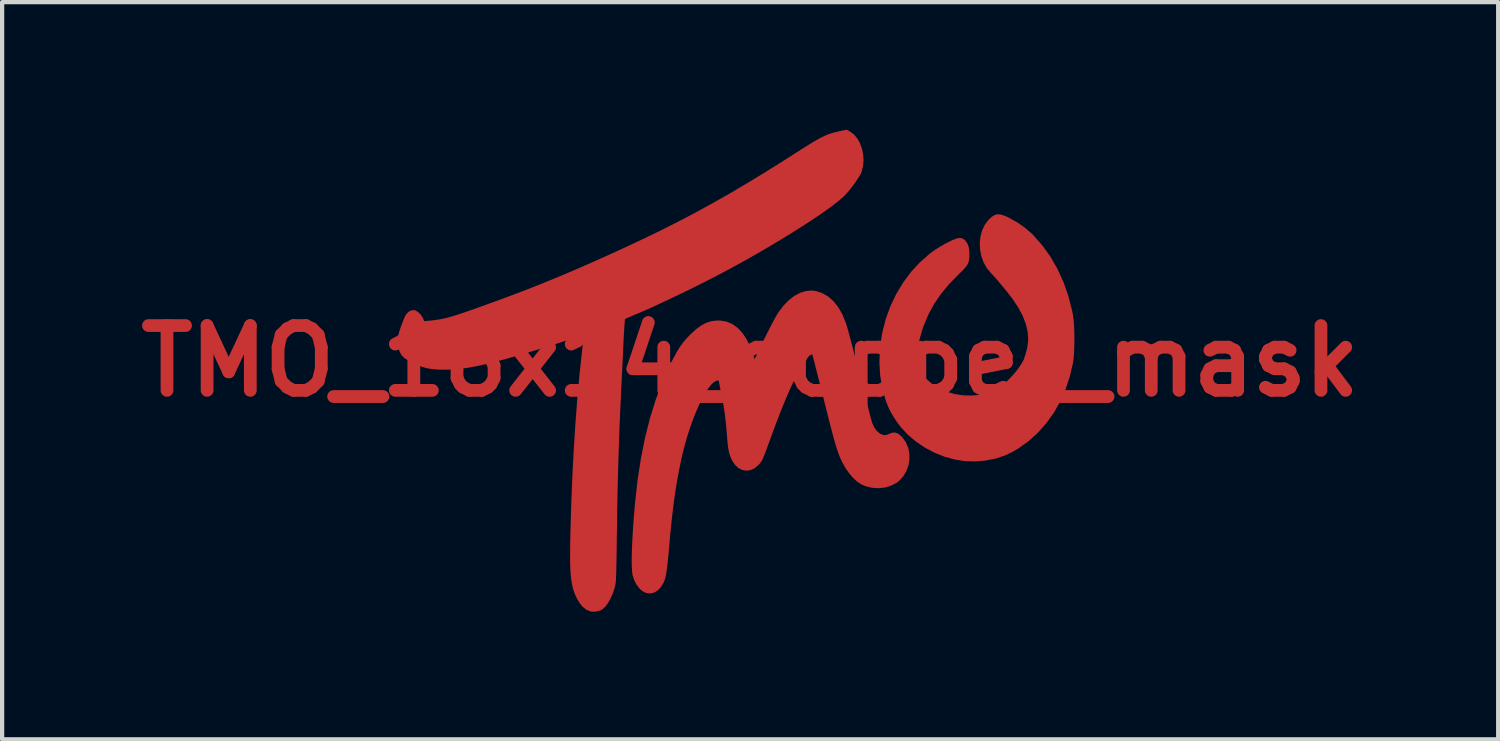
<source format=kicad_pcb>
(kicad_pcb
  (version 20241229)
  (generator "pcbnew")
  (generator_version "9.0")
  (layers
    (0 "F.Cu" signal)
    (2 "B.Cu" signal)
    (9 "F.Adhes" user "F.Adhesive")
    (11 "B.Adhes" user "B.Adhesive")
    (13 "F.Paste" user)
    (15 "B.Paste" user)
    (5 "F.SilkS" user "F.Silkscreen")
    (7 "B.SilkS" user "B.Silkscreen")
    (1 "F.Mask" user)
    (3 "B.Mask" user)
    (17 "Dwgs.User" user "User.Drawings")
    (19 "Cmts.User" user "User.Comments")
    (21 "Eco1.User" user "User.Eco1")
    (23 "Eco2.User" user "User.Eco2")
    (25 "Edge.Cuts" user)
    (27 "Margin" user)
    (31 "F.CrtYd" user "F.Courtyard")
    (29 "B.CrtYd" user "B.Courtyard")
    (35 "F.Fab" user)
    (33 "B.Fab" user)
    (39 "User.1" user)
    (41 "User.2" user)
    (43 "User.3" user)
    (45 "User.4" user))
  (footprint "TMO_18x14_copper_mask"
    (layer "F.Cu")
    (at 14.594 5.442)
    (property "Reference" "TMO_18x14_copper_mask" (at 0 0 0) (layer "F.Cu") (effects (font (size 1.524 1.524) (thickness 0.3))))
    (attr through_hole)
    (fp_poly (pts (xy 5.899 -3.446) (xy 5.988 -3.417) (xy 6.097 -3.366) (xy 6.098 -3.365) (xy 6.299 -3.251) (xy 6.473 -3.128) (xy 6.628 -2.993) (xy 6.662 -2.958) (xy 6.877 -2.714) (xy 7.067 -2.448) (xy 7.232 -2.16) (xy 7.372 -1.851) (xy 7.486 -1.523) (xy 7.574 -1.177) (xy 7.594 -1.074) (xy 7.607 -0.98) (xy 7.616 -0.861) (xy 7.623 -0.725) (xy 7.626 -0.577) (xy 7.625 -0.427) (xy 7.622 -0.282) (xy 7.615 -0.149) (xy 7.605 -0.036) (xy 7.595 0.034) (xy 7.52 0.357) (xy 7.419 0.662) (xy 7.293 0.949) (xy 7.143 1.215) (xy 6.968 1.46) (xy 6.771 1.682) (xy 6.552 1.88) (xy 6.312 2.053) (xy 6.196 2.123) (xy 5.993 2.221) (xy 5.771 2.294) (xy 5.536 2.341) (xy 5.295 2.361) (xy 5.058 2.354) (xy 4.814 2.316) (xy 4.573 2.25) (xy 4.337 2.156) (xy 4.113 2.038) (xy 3.905 1.899) (xy 3.716 1.74) (xy 3.551 1.564) (xy 3.475 1.466) (xy 3.39 1.341) (xy 3.322 1.23) (xy 3.267 1.123) (xy 3.219 1.008) (xy 3.183 0.908) (xy 3.106 0.629) (xy 3.058 0.337) (xy 3.04 0.034) (xy 3.052 -0.276) (xy 3.094 -0.593) (xy 3.114 -0.696) (xy 3.194 -1.004) (xy 3.303 -1.3) (xy 3.439 -1.583) (xy 3.6 -1.849) (xy 3.785 -2.097) (xy 3.992 -2.321) (xy 4.218 -2.521) (xy 4.244 -2.541) (xy 4.347 -2.615) (xy 4.467 -2.691) (xy 4.594 -2.763) (xy 4.713 -2.824) (xy 4.778 -2.853) (xy 4.866 -2.885) (xy 4.935 -2.896) (xy 4.99 -2.886) (xy 5.038 -2.854) (xy 5.064 -2.828) (xy 5.111 -2.761) (xy 5.14 -2.684) (xy 5.154 -2.588) (xy 5.157 -2.508) (xy 5.154 -2.428) (xy 5.146 -2.363) (xy 5.129 -2.306) (xy 5.099 -2.25) (xy 5.054 -2.192) (xy 4.99 -2.123) (xy 4.904 -2.04) (xy 4.896 -2.031) (xy 4.675 -1.806) (xy 4.487 -1.578) (xy 4.327 -1.343) (xy 4.194 -1.099) (xy 4.085 -0.841) (xy 4.053 -0.752) (xy 3.981 -0.498) (xy 3.937 -0.26) (xy 3.923 -0.075) (xy 3.923 0.002) (xy 3.93 0.059) (xy 3.945 0.111) (xy 3.966 0.16) (xy 4.051 0.306) (xy 4.163 0.438) (xy 4.299 0.552) (xy 4.455 0.648) (xy 4.628 0.723) (xy 4.815 0.777) (xy 5.011 0.807) (xy 5.213 0.811) (xy 5.318 0.803) (xy 5.475 0.774) (xy 5.642 0.723) (xy 5.809 0.652) (xy 5.838 0.638) (xy 5.892 0.603) (xy 5.96 0.547) (xy 6.037 0.477) (xy 6.117 0.397) (xy 6.193 0.315) (xy 6.26 0.236) (xy 6.298 0.186) (xy 6.351 0.108) (xy 6.394 0.039) (xy 6.426 -0.016) (xy 6.442 -0.051) (xy 6.443 -0.058) (xy 6.448 -0.078) (xy 6.462 -0.118) (xy 6.475 -0.155) (xy 6.522 -0.329) (xy 6.54 -0.506) (xy 6.528 -0.686) (xy 6.484 -0.872) (xy 6.41 -1.063) (xy 6.305 -1.261) (xy 6.168 -1.467) (xy 6.02 -1.656) (xy 5.976 -1.709) (xy 5.92 -1.777) (xy 5.861 -1.847) (xy 5.839 -1.874) (xy 5.783 -1.94) (xy 5.726 -2.004) (xy 5.676 -2.058) (xy 5.658 -2.075) (xy 5.562 -2.192) (xy 5.488 -2.326) (xy 5.436 -2.472) (xy 5.407 -2.626) (xy 5.401 -2.782) (xy 5.418 -2.935) (xy 5.459 -3.08) (xy 5.523 -3.212) (xy 5.61 -3.326) (xy 5.618 -3.333) (xy 5.689 -3.397) (xy 5.755 -3.436) (xy 5.823 -3.453)) (stroke (width 0) (type solid)) (fill yes) (layer "F.Cu"))
    (fp_poly (pts (xy 2.342 -5.403) (xy 2.436 -5.335) (xy 2.516 -5.241) (xy 2.581 -5.127) (xy 2.629 -4.998) (xy 2.658 -4.86) (xy 2.667 -4.718) (xy 2.654 -4.577) (xy 2.618 -4.443) (xy 2.617 -4.44) (xy 2.589 -4.382) (xy 2.542 -4.305) (xy 2.483 -4.217) (xy 2.416 -4.124) (xy 2.345 -4.033) (xy 2.276 -3.95) (xy 2.214 -3.883) (xy 2.196 -3.866) (xy 2.095 -3.779) (xy 1.967 -3.677) (xy 1.813 -3.564) (xy 1.637 -3.441) (xy 1.44 -3.309) (xy 1.224 -3.169) (xy 0.994 -3.023) (xy 0.75 -2.873) (xy 0.495 -2.72) (xy 0.231 -2.566) (xy -0.038 -2.412) (xy -0.312 -2.26) (xy -0.487 -2.165) (xy -0.718 -2.042) (xy -0.964 -1.915) (xy -1.22 -1.785) (xy -1.481 -1.656) (xy -1.742 -1.53) (xy -1.998 -1.409) (xy -2.243 -1.295) (xy -2.472 -1.192) (xy -2.682 -1.102) (xy -2.81 -1.048) (xy -2.868 -1.024) (xy -2.915 -1.003) (xy -2.94 -0.99) (xy -2.941 -0.989) (xy -2.945 -0.97) (xy -2.95 -0.922) (xy -2.956 -0.848) (xy -2.962 -0.754) (xy -2.969 -0.642) (xy -2.976 -0.517) (xy -2.979 -0.451) (xy -2.986 -0.288) (xy -2.995 -0.105) (xy -3.004 0.086) (xy -3.013 0.274) (xy -3.022 0.449) (xy -3.028 0.57) (xy -3.051 1.056) (xy -3.072 1.536) (xy -3.089 2.016) (xy -3.104 2.503) (xy -3.117 3.004) (xy -3.127 3.523) (xy -3.135 4.069) (xy -3.137 4.161) (xy -3.139 4.373) (xy -3.142 4.556) (xy -3.144 4.71) (xy -3.147 4.839) (xy -3.149 4.945) (xy -3.152 5.033) (xy -3.155 5.103) (xy -3.158 5.16) (xy -3.162 5.205) (xy -3.167 5.242) (xy -3.173 5.274) (xy -3.179 5.303) (xy -3.185 5.327) (xy -3.228 5.46) (xy -3.282 5.583) (xy -3.343 5.691) (xy -3.409 5.778) (xy -3.476 5.839) (xy -3.51 5.86) (xy -3.592 5.886) (xy -3.68 5.897) (xy -3.752 5.89) (xy -3.852 5.849) (xy -3.943 5.776) (xy -4.025 5.672) (xy -4.095 5.545) (xy -4.128 5.468) (xy -4.156 5.389) (xy -4.179 5.303) (xy -4.198 5.209) (xy -4.213 5.104) (xy -4.224 4.983) (xy -4.231 4.845) (xy -4.235 4.686) (xy -4.235 4.503) (xy -4.233 4.293) (xy -4.228 4.053) (xy -4.227 4.01) (xy -4.207 3.345) (xy -4.181 2.696) (xy -4.148 2.065) (xy -4.109 1.455) (xy -4.064 0.87) (xy -4.013 0.311) (xy -3.956 -0.218) (xy -3.943 -0.334) (xy -3.932 -0.426) (xy -3.923 -0.506) (xy -3.917 -0.567) (xy -3.914 -0.605) (xy -3.914 -0.614) (xy -3.93 -0.611) (xy -3.974 -0.597) (xy -4.039 -0.577) (xy -4.122 -0.55) (xy -4.217 -0.518) (xy -4.236 -0.511) (xy -4.504 -0.423) (xy -4.797 -0.33) (xy -5.109 -0.235) (xy -5.432 -0.139) (xy -5.53 -0.111) (xy -5.793 -0.037) (xy -6.029 0.026) (xy -6.241 0.078) (xy -6.432 0.12) (xy -6.607 0.153) (xy -6.769 0.177) (xy -6.921 0.193) (xy -7.068 0.201) (xy -7.172 0.203) (xy -7.336 0.201) (xy -7.476 0.19) (xy -7.601 0.169) (xy -7.718 0.136) (xy -7.836 0.089) (xy -7.925 0.046) (xy -8.022 -0.003) (xy -8.094 -0.045) (xy -8.146 -0.082) (xy -8.184 -0.12) (xy -8.214 -0.163) (xy -8.233 -0.199) (xy -8.255 -0.248) (xy -8.269 -0.291) (xy -8.276 -0.34) (xy -8.279 -0.406) (xy -8.279 -0.461) (xy -8.278 -0.535) (xy -8.274 -0.594) (xy -8.265 -0.648) (xy -8.249 -0.707) (xy -8.224 -0.782) (xy -8.207 -0.83) (xy -8.176 -0.914) (xy -8.144 -0.992) (xy -8.115 -1.056) (xy -8.093 -1.096) (xy -8.037 -1.157) (xy -7.972 -1.192) (xy -7.903 -1.198) (xy -7.878 -1.192) (xy -7.815 -1.157) (xy -7.755 -1.1) (xy -7.706 -1.03) (xy -7.693 -1.002) (xy -7.666 -0.939) (xy -7.553 -0.949) (xy -7.471 -0.957) (xy -7.393 -0.966) (xy -7.318 -0.978) (xy -7.241 -0.992) (xy -7.161 -1.01) (xy -7.073 -1.033) (xy -6.975 -1.062) (xy -6.863 -1.097) (xy -6.734 -1.14) (xy -6.586 -1.191) (xy -6.415 -1.251) (xy -6.219 -1.322) (xy -6.045 -1.385) (xy -5.702 -1.511) (xy -5.371 -1.636) (xy -5.045 -1.763) (xy -4.72 -1.894) (xy -4.39 -2.031) (xy -4.051 -2.176) (xy -3.697 -2.331) (xy -3.324 -2.498) (xy -2.961 -2.664) (xy -2.525 -2.868) (xy -2.106 -3.071) (xy -1.699 -3.276) (xy -1.298 -3.486) (xy -0.901 -3.703) (xy -0.5 -3.93) (xy -0.093 -4.17) (xy 0.327 -4.425) (xy 0.764 -4.698) (xy 1.059 -4.886) (xy 1.221 -4.99) (xy 1.36 -5.077) (xy 1.478 -5.15) (xy 1.58 -5.209) (xy 1.669 -5.257) (xy 1.749 -5.296) (xy 1.823 -5.328) (xy 1.896 -5.353) (xy 1.972 -5.375) (xy 2.053 -5.395) (xy 2.128 -5.412) (xy 2.268 -5.442)) (stroke (width 0) (type solid)) (fill yes) (layer "F.Cu"))
    (fp_poly (pts (xy 1.539 -1.648) (xy 1.693 -1.599) (xy 1.833 -1.52) (xy 1.958 -1.41) (xy 2.07 -1.271) (xy 2.167 -1.101) (xy 2.249 -0.902) (xy 2.262 -0.864) (xy 2.275 -0.821) (xy 2.296 -0.749) (xy 2.323 -0.65) (xy 2.355 -0.529) (xy 2.392 -0.389) (xy 2.433 -0.233) (xy 2.477 -0.063) (xy 2.523 0.115) (xy 2.57 0.3) (xy 2.574 0.319) (xy 2.621 0.502) (xy 2.666 0.679) (xy 2.709 0.845) (xy 2.749 0.998) (xy 2.784 1.135) (xy 2.815 1.252) (xy 2.84 1.346) (xy 2.859 1.415) (xy 2.871 1.455) (xy 2.872 1.458) (xy 2.916 1.557) (xy 2.976 1.641) (xy 3.047 1.702) (xy 3.083 1.721) (xy 3.144 1.741) (xy 3.196 1.741) (xy 3.253 1.72) (xy 3.271 1.711) (xy 3.348 1.683) (xy 3.417 1.683) (xy 3.485 1.711) (xy 3.556 1.77) (xy 3.581 1.796) (xy 3.662 1.91) (xy 3.716 2.038) (xy 3.744 2.174) (xy 3.746 2.315) (xy 3.723 2.453) (xy 3.676 2.586) (xy 3.605 2.707) (xy 3.511 2.811) (xy 3.448 2.861) (xy 3.318 2.931) (xy 3.173 2.974) (xy 3.02 2.991) (xy 2.865 2.981) (xy 2.714 2.944) (xy 2.616 2.902) (xy 2.521 2.84) (xy 2.424 2.751) (xy 2.329 2.64) (xy 2.241 2.515) (xy 2.165 2.379) (xy 2.149 2.346) (xy 2.123 2.29) (xy 2.099 2.232) (xy 2.075 2.171) (xy 2.052 2.104) (xy 2.027 2.026) (xy 2 1.936) (xy 1.97 1.831) (xy 1.937 1.707) (xy 1.898 1.562) (xy 1.855 1.392) (xy 1.805 1.195) (xy 1.761 1.02) (xy 1.718 0.846) (xy 1.675 0.677) (xy 1.634 0.516) (xy 1.597 0.366) (xy 1.562 0.233) (xy 1.533 0.118) (xy 1.51 0.028) (xy 1.493 -0.035) (xy 1.489 -0.049) (xy 1.437 -0.241) (xy 1.374 -0.17) (xy 1.344 -0.129) (xy 1.303 -0.062) (xy 1.253 0.026) (xy 1.196 0.132) (xy 1.135 0.25) (xy 1.072 0.375) (xy 1.01 0.504) (xy 0.951 0.631) (xy 0.916 0.709) (xy 0.826 0.919) (xy 0.734 1.144) (xy 0.639 1.389) (xy 0.537 1.659) (xy 0.478 1.821) (xy 0.426 1.964) (xy 0.384 2.079) (xy 0.35 2.17) (xy 0.321 2.241) (xy 0.298 2.296) (xy 0.277 2.338) (xy 0.257 2.371) (xy 0.236 2.399) (xy 0.213 2.426) (xy 0.193 2.448) (xy 0.103 2.523) (xy 0.008 2.566) (xy -0.089 2.579) (xy -0.185 2.562) (xy -0.276 2.516) (xy -0.357 2.441) (xy -0.425 2.338) (xy -0.427 2.334) (xy -0.458 2.267) (xy -0.482 2.199) (xy -0.502 2.123) (xy -0.518 2.033) (xy -0.531 1.924) (xy -0.543 1.788) (xy -0.546 1.745) (xy -0.562 1.553) (xy -0.579 1.384) (xy -0.599 1.225) (xy -0.624 1.065) (xy -0.655 0.892) (xy -0.681 0.763) (xy -0.699 0.669) (xy -0.716 0.587) (xy -0.728 0.521) (xy -0.736 0.478) (xy -0.738 0.464) (xy -0.752 0.457) (xy -0.784 0.461) (xy -0.846 0.491) (xy -0.912 0.552) (xy -0.983 0.64) (xy -1.056 0.753) (xy -1.132 0.889) (xy -1.207 1.044) (xy -1.282 1.216) (xy -1.355 1.403) (xy -1.425 1.601) (xy -1.49 1.808) (xy -1.55 2.021) (xy -1.604 2.238) (xy -1.62 2.312) (xy -1.669 2.553) (xy -1.714 2.792) (xy -1.754 3.032) (xy -1.79 3.28) (xy -1.823 3.542) (xy -1.854 3.822) (xy -1.884 4.126) (xy -1.904 4.354) (xy -1.92 4.535) (xy -1.935 4.687) (xy -1.948 4.812) (xy -1.961 4.915) (xy -1.974 4.999) (xy -1.988 5.067) (xy -2.002 5.123) (xy -2.019 5.172) (xy -2.034 5.206) (xy -2.093 5.309) (xy -2.166 5.388) (xy -2.246 5.44) (xy -2.281 5.452) (xy -2.346 5.466) (xy -2.405 5.463) (xy -2.466 5.447) (xy -2.54 5.408) (xy -2.612 5.341) (xy -2.676 5.253) (xy -2.728 5.15) (xy -2.764 5.039) (xy -2.769 5.015) (xy -2.778 4.938) (xy -2.784 4.83) (xy -2.786 4.695) (xy -2.784 4.535) (xy -2.778 4.354) (xy -2.768 4.153) (xy -2.755 3.936) (xy -2.739 3.706) (xy -2.719 3.466) (xy -2.708 3.339) (xy -2.648 2.8) (xy -2.569 2.288) (xy -2.472 1.802) (xy -2.356 1.342) (xy -2.22 0.906) (xy -2.065 0.493) (xy -1.891 0.102) (xy -1.878 0.075) (xy -1.8 -0.078) (xy -1.73 -0.206) (xy -1.664 -0.316) (xy -1.596 -0.412) (xy -1.524 -0.501) (xy -1.442 -0.589) (xy -1.402 -0.629) (xy -1.271 -0.75) (xy -1.146 -0.84) (xy -1.024 -0.903) (xy -0.9 -0.94) (xy -0.77 -0.954) (xy -0.702 -0.953) (xy -0.557 -0.928) (xy -0.422 -0.872) (xy -0.299 -0.785) (xy -0.187 -0.667) (xy -0.087 -0.52) (xy 0.000405 -0.343) (xy 0.059 -0.185) (xy 0.106 -0.043) (xy 0.148 -0.135) (xy 0.207 -0.26) (xy 1.409 -0.26) (xy 1.418 -0.252) (xy 1.426 -0.26) (xy 1.418 -0.268) (xy 1.409 -0.26) (xy 0.207 -0.26) (xy 0.225 -0.298) (xy 0.303 -0.459) (xy 0.379 -0.614) (xy 0.452 -0.758) (xy 0.519 -0.888) (xy 0.579 -0.999) (xy 0.629 -1.088) (xy 0.667 -1.15) (xy 0.668 -1.151) (xy 0.784 -1.304) (xy 0.909 -1.431) (xy 1.039 -1.532) (xy 1.174 -1.604) (xy 1.31 -1.647) (xy 1.445 -1.659)) (stroke (width 0) (type solid)) (fill yes) (layer "F.Cu"))
    (fp_poly (pts (xy 5.899 -3.446) (xy 5.988 -3.417) (xy 6.097 -3.366) (xy 6.098 -3.365) (xy 6.299 -3.251) (xy 6.473 -3.128) (xy 6.628 -2.993) (xy 6.662 -2.958) (xy 6.877 -2.714) (xy 7.067 -2.448) (xy 7.232 -2.16) (xy 7.372 -1.851) (xy 7.486 -1.523) (xy 7.574 -1.177) (xy 7.594 -1.074) (xy 7.607 -0.98) (xy 7.616 -0.861) (xy 7.623 -0.725) (xy 7.626 -0.577) (xy 7.625 -0.427) (xy 7.622 -0.282) (xy 7.615 -0.149) (xy 7.605 -0.036) (xy 7.595 0.034) (xy 7.52 0.357) (xy 7.419 0.662) (xy 7.293 0.949) (xy 7.143 1.215) (xy 6.968 1.46) (xy 6.771 1.682) (xy 6.552 1.88) (xy 6.312 2.053) (xy 6.196 2.123) (xy 5.993 2.221) (xy 5.771 2.294) (xy 5.536 2.341) (xy 5.295 2.361) (xy 5.058 2.354) (xy 4.814 2.316) (xy 4.573 2.25) (xy 4.337 2.156) (xy 4.113 2.038) (xy 3.905 1.899) (xy 3.716 1.74) (xy 3.551 1.564) (xy 3.475 1.466) (xy 3.39 1.341) (xy 3.322 1.23) (xy 3.267 1.123) (xy 3.219 1.008) (xy 3.183 0.908) (xy 3.106 0.629) (xy 3.058 0.337) (xy 3.04 0.034) (xy 3.052 -0.276) (xy 3.094 -0.593) (xy 3.114 -0.696) (xy 3.194 -1.004) (xy 3.303 -1.3) (xy 3.439 -1.583) (xy 3.6 -1.849) (xy 3.785 -2.097) (xy 3.992 -2.321) (xy 4.218 -2.521) (xy 4.244 -2.541) (xy 4.347 -2.615) (xy 4.467 -2.691) (xy 4.594 -2.763) (xy 4.713 -2.824) (xy 4.778 -2.853) (xy 4.866 -2.885) (xy 4.935 -2.896) (xy 4.99 -2.886) (xy 5.038 -2.854) (xy 5.064 -2.828) (xy 5.111 -2.761) (xy 5.14 -2.684) (xy 5.154 -2.588) (xy 5.157 -2.508) (xy 5.154 -2.428) (xy 5.146 -2.363) (xy 5.129 -2.306) (xy 5.099 -2.25) (xy 5.054 -2.192) (xy 4.99 -2.123) (xy 4.904 -2.04) (xy 4.896 -2.031) (xy 4.675 -1.806) (xy 4.487 -1.578) (xy 4.327 -1.343) (xy 4.194 -1.099) (xy 4.085 -0.841) (xy 4.053 -0.752) (xy 3.981 -0.498) (xy 3.937 -0.26) (xy 3.923 -0.075) (xy 3.923 0.002) (xy 3.93 0.059) (xy 3.945 0.111) (xy 3.966 0.16) (xy 4.051 0.306) (xy 4.163 0.438) (xy 4.299 0.552) (xy 4.455 0.648) (xy 4.628 0.723) (xy 4.815 0.777) (xy 5.011 0.807) (xy 5.213 0.811) (xy 5.318 0.803) (xy 5.475 0.774) (xy 5.642 0.723) (xy 5.809 0.652) (xy 5.838 0.638) (xy 5.892 0.603) (xy 5.96 0.547) (xy 6.037 0.477) (xy 6.117 0.397) (xy 6.193 0.315) (xy 6.26 0.236) (xy 6.298 0.186) (xy 6.351 0.108) (xy 6.394 0.039) (xy 6.426 -0.016) (xy 6.442 -0.051) (xy 6.443 -0.058) (xy 6.448 -0.078) (xy 6.462 -0.118) (xy 6.475 -0.155) (xy 6.522 -0.329) (xy 6.54 -0.506) (xy 6.528 -0.686) (xy 6.484 -0.872) (xy 6.41 -1.063) (xy 6.305 -1.261) (xy 6.168 -1.467) (xy 6.02 -1.656) (xy 5.976 -1.709) (xy 5.92 -1.777) (xy 5.861 -1.847) (xy 5.839 -1.874) (xy 5.783 -1.94) (xy 5.726 -2.004) (xy 5.676 -2.058) (xy 5.658 -2.075) (xy 5.562 -2.192) (xy 5.488 -2.326) (xy 5.436 -2.472) (xy 5.407 -2.626) (xy 5.401 -2.782) (xy 5.418 -2.935) (xy 5.459 -3.08) (xy 5.523 -3.212) (xy 5.61 -3.326) (xy 5.618 -3.333) (xy 5.689 -3.397) (xy 5.755 -3.436) (xy 5.823 -3.453)) (stroke (width 0) (type solid)) (fill yes) (layer "F.Mask"))
    (fp_poly (pts (xy 2.342 -5.403) (xy 2.436 -5.335) (xy 2.516 -5.241) (xy 2.581 -5.127) (xy 2.629 -4.998) (xy 2.658 -4.86) (xy 2.667 -4.718) (xy 2.654 -4.577) (xy 2.618 -4.443) (xy 2.617 -4.44) (xy 2.589 -4.382) (xy 2.542 -4.305) (xy 2.483 -4.217) (xy 2.416 -4.124) (xy 2.345 -4.033) (xy 2.276 -3.95) (xy 2.214 -3.883) (xy 2.196 -3.866) (xy 2.095 -3.779) (xy 1.967 -3.677) (xy 1.813 -3.564) (xy 1.637 -3.441) (xy 1.44 -3.309) (xy 1.224 -3.169) (xy 0.994 -3.023) (xy 0.75 -2.873) (xy 0.495 -2.72) (xy 0.231 -2.566) (xy -0.038 -2.412) (xy -0.312 -2.26) (xy -0.487 -2.165) (xy -0.718 -2.042) (xy -0.964 -1.915) (xy -1.22 -1.785) (xy -1.481 -1.656) (xy -1.742 -1.53) (xy -1.998 -1.409) (xy -2.243 -1.295) (xy -2.472 -1.192) (xy -2.682 -1.102) (xy -2.81 -1.048) (xy -2.868 -1.024) (xy -2.915 -1.003) (xy -2.94 -0.99) (xy -2.941 -0.989) (xy -2.945 -0.97) (xy -2.95 -0.922) (xy -2.956 -0.848) (xy -2.962 -0.754) (xy -2.969 -0.642) (xy -2.976 -0.517) (xy -2.979 -0.451) (xy -2.986 -0.288) (xy -2.995 -0.105) (xy -3.004 0.086) (xy -3.013 0.274) (xy -3.022 0.449) (xy -3.028 0.57) (xy -3.051 1.056) (xy -3.072 1.536) (xy -3.089 2.016) (xy -3.104 2.503) (xy -3.117 3.004) (xy -3.127 3.523) (xy -3.135 4.069) (xy -3.137 4.161) (xy -3.139 4.373) (xy -3.142 4.556) (xy -3.144 4.71) (xy -3.147 4.839) (xy -3.149 4.945) (xy -3.152 5.033) (xy -3.155 5.103) (xy -3.158 5.16) (xy -3.162 5.205) (xy -3.167 5.242) (xy -3.173 5.274) (xy -3.179 5.303) (xy -3.185 5.327) (xy -3.228 5.46) (xy -3.282 5.583) (xy -3.343 5.691) (xy -3.409 5.778) (xy -3.476 5.839) (xy -3.51 5.86) (xy -3.592 5.886) (xy -3.68 5.897) (xy -3.752 5.89) (xy -3.852 5.849) (xy -3.943 5.776) (xy -4.025 5.672) (xy -4.095 5.545) (xy -4.128 5.468) (xy -4.156 5.389) (xy -4.179 5.303) (xy -4.198 5.209) (xy -4.213 5.104) (xy -4.224 4.983) (xy -4.231 4.845) (xy -4.235 4.686) (xy -4.235 4.503) (xy -4.233 4.293) (xy -4.228 4.053) (xy -4.227 4.01) (xy -4.207 3.345) (xy -4.181 2.696) (xy -4.148 2.065) (xy -4.109 1.455) (xy -4.064 0.87) (xy -4.013 0.311) (xy -3.956 -0.218) (xy -3.943 -0.334) (xy -3.932 -0.426) (xy -3.923 -0.506) (xy -3.917 -0.567) (xy -3.914 -0.605) (xy -3.914 -0.614) (xy -3.93 -0.611) (xy -3.974 -0.597) (xy -4.039 -0.577) (xy -4.122 -0.55) (xy -4.217 -0.518) (xy -4.236 -0.511) (xy -4.504 -0.423) (xy -4.797 -0.33) (xy -5.109 -0.235) (xy -5.432 -0.139) (xy -5.53 -0.111) (xy -5.793 -0.037) (xy -6.029 0.026) (xy -6.241 0.078) (xy -6.432 0.12) (xy -6.607 0.153) (xy -6.769 0.177) (xy -6.921 0.193) (xy -7.068 0.201) (xy -7.172 0.203) (xy -7.336 0.201) (xy -7.476 0.19) (xy -7.601 0.169) (xy -7.718 0.136) (xy -7.836 0.089) (xy -7.925 0.046) (xy -8.022 -0.003) (xy -8.094 -0.045) (xy -8.146 -0.082) (xy -8.184 -0.12) (xy -8.214 -0.163) (xy -8.233 -0.199) (xy -8.255 -0.248) (xy -8.269 -0.291) (xy -8.276 -0.34) (xy -8.279 -0.406) (xy -8.279 -0.461) (xy -8.278 -0.535) (xy -8.274 -0.594) (xy -8.265 -0.648) (xy -8.249 -0.707) (xy -8.224 -0.782) (xy -8.207 -0.83) (xy -8.176 -0.914) (xy -8.144 -0.992) (xy -8.115 -1.056) (xy -8.093 -1.096) (xy -8.037 -1.157) (xy -7.972 -1.192) (xy -7.903 -1.198) (xy -7.878 -1.192) (xy -7.815 -1.157) (xy -7.755 -1.1) (xy -7.706 -1.03) (xy -7.693 -1.002) (xy -7.666 -0.939) (xy -7.553 -0.949) (xy -7.471 -0.957) (xy -7.393 -0.966) (xy -7.318 -0.978) (xy -7.241 -0.992) (xy -7.161 -1.01) (xy -7.073 -1.033) (xy -6.975 -1.062) (xy -6.863 -1.097) (xy -6.734 -1.14) (xy -6.586 -1.191) (xy -6.415 -1.251) (xy -6.219 -1.322) (xy -6.045 -1.385) (xy -5.702 -1.511) (xy -5.371 -1.636) (xy -5.045 -1.763) (xy -4.72 -1.894) (xy -4.39 -2.031) (xy -4.051 -2.176) (xy -3.697 -2.331) (xy -3.324 -2.498) (xy -2.961 -2.664) (xy -2.525 -2.868) (xy -2.106 -3.071) (xy -1.699 -3.276) (xy -1.298 -3.486) (xy -0.901 -3.703) (xy -0.5 -3.93) (xy -0.093 -4.17) (xy 0.327 -4.425) (xy 0.764 -4.698) (xy 1.059 -4.886) (xy 1.221 -4.99) (xy 1.36 -5.077) (xy 1.478 -5.15) (xy 1.58 -5.209) (xy 1.669 -5.257) (xy 1.749 -5.296) (xy 1.823 -5.328) (xy 1.896 -5.353) (xy 1.972 -5.375) (xy 2.053 -5.395) (xy 2.128 -5.412) (xy 2.268 -5.442)) (stroke (width 0) (type solid)) (fill yes) (layer "F.Mask"))
    (fp_poly (pts (xy 1.539 -1.648) (xy 1.693 -1.599) (xy 1.833 -1.52) (xy 1.958 -1.41) (xy 2.07 -1.271) (xy 2.167 -1.101) (xy 2.249 -0.902) (xy 2.262 -0.864) (xy 2.275 -0.821) (xy 2.296 -0.749) (xy 2.323 -0.65) (xy 2.355 -0.529) (xy 2.392 -0.389) (xy 2.433 -0.233) (xy 2.477 -0.063) (xy 2.523 0.115) (xy 2.57 0.3) (xy 2.574 0.319) (xy 2.621 0.502) (xy 2.666 0.679) (xy 2.709 0.845) (xy 2.749 0.998) (xy 2.784 1.135) (xy 2.815 1.252) (xy 2.84 1.346) (xy 2.859 1.415) (xy 2.871 1.455) (xy 2.872 1.458) (xy 2.916 1.557) (xy 2.976 1.641) (xy 3.047 1.702) (xy 3.083 1.721) (xy 3.144 1.741) (xy 3.196 1.741) (xy 3.253 1.72) (xy 3.271 1.711) (xy 3.348 1.683) (xy 3.417 1.683) (xy 3.485 1.711) (xy 3.556 1.77) (xy 3.581 1.796) (xy 3.662 1.91) (xy 3.716 2.038) (xy 3.744 2.174) (xy 3.746 2.315) (xy 3.723 2.453) (xy 3.676 2.586) (xy 3.605 2.707) (xy 3.511 2.811) (xy 3.448 2.861) (xy 3.318 2.931) (xy 3.173 2.974) (xy 3.02 2.991) (xy 2.865 2.981) (xy 2.714 2.944) (xy 2.616 2.902) (xy 2.521 2.84) (xy 2.424 2.751) (xy 2.329 2.64) (xy 2.241 2.515) (xy 2.165 2.379) (xy 2.149 2.346) (xy 2.123 2.29) (xy 2.099 2.232) (xy 2.075 2.171) (xy 2.052 2.104) (xy 2.027 2.026) (xy 2 1.936) (xy 1.97 1.831) (xy 1.937 1.707) (xy 1.898 1.562) (xy 1.855 1.392) (xy 1.805 1.195) (xy 1.761 1.02) (xy 1.718 0.846) (xy 1.675 0.677) (xy 1.634 0.516) (xy 1.597 0.366) (xy 1.562 0.233) (xy 1.533 0.118) (xy 1.51 0.028) (xy 1.493 -0.035) (xy 1.489 -0.049) (xy 1.437 -0.241) (xy 1.374 -0.17) (xy 1.344 -0.129) (xy 1.303 -0.062) (xy 1.253 0.026) (xy 1.196 0.132) (xy 1.135 0.25) (xy 1.072 0.375) (xy 1.01 0.504) (xy 0.951 0.631) (xy 0.916 0.709) (xy 0.826 0.919) (xy 0.734 1.144) (xy 0.639 1.389) (xy 0.537 1.659) (xy 0.478 1.821) (xy 0.426 1.964) (xy 0.384 2.079) (xy 0.35 2.17) (xy 0.321 2.241) (xy 0.298 2.296) (xy 0.277 2.338) (xy 0.257 2.371) (xy 0.236 2.399) (xy 0.213 2.426) (xy 0.193 2.448) (xy 0.103 2.523) (xy 0.008 2.566) (xy -0.089 2.579) (xy -0.185 2.562) (xy -0.276 2.516) (xy -0.357 2.441) (xy -0.425 2.338) (xy -0.427 2.334) (xy -0.458 2.267) (xy -0.482 2.199) (xy -0.502 2.123) (xy -0.518 2.033) (xy -0.531 1.924) (xy -0.543 1.788) (xy -0.546 1.745) (xy -0.562 1.553) (xy -0.579 1.384) (xy -0.599 1.225) (xy -0.624 1.065) (xy -0.655 0.892) (xy -0.681 0.763) (xy -0.699 0.669) (xy -0.716 0.587) (xy -0.728 0.521) (xy -0.736 0.478) (xy -0.738 0.464) (xy -0.752 0.457) (xy -0.784 0.461) (xy -0.846 0.491) (xy -0.912 0.552) (xy -0.983 0.64) (xy -1.056 0.753) (xy -1.132 0.889) (xy -1.207 1.044) (xy -1.282 1.216) (xy -1.355 1.403) (xy -1.425 1.601) (xy -1.49 1.808) (xy -1.55 2.021) (xy -1.604 2.238) (xy -1.62 2.312) (xy -1.669 2.553) (xy -1.714 2.792) (xy -1.754 3.032) (xy -1.79 3.28) (xy -1.823 3.542) (xy -1.854 3.822) (xy -1.884 4.126) (xy -1.904 4.354) (xy -1.92 4.535) (xy -1.935 4.687) (xy -1.948 4.812) (xy -1.961 4.915) (xy -1.974 4.999) (xy -1.988 5.067) (xy -2.002 5.123) (xy -2.019 5.172) (xy -2.034 5.206) (xy -2.093 5.309) (xy -2.166 5.388) (xy -2.246 5.44) (xy -2.281 5.452) (xy -2.346 5.466) (xy -2.405 5.463) (xy -2.466 5.447) (xy -2.54 5.408) (xy -2.612 5.341) (xy -2.676 5.253) (xy -2.728 5.15) (xy -2.764 5.039) (xy -2.769 5.015) (xy -2.778 4.938) (xy -2.784 4.83) (xy -2.786 4.695) (xy -2.784 4.535) (xy -2.778 4.354) (xy -2.768 4.153) (xy -2.755 3.936) (xy -2.739 3.706) (xy -2.719 3.466) (xy -2.708 3.339) (xy -2.648 2.8) (xy -2.569 2.288) (xy -2.472 1.802) (xy -2.356 1.342) (xy -2.22 0.906) (xy -2.065 0.493) (xy -1.891 0.102) (xy -1.878 0.075) (xy -1.8 -0.078) (xy -1.73 -0.206) (xy -1.664 -0.316) (xy -1.596 -0.412) (xy -1.524 -0.501) (xy -1.442 -0.589) (xy -1.402 -0.629) (xy -1.271 -0.75) (xy -1.146 -0.84) (xy -1.024 -0.903) (xy -0.9 -0.94) (xy -0.77 -0.954) (xy -0.702 -0.953) (xy -0.557 -0.928) (xy -0.422 -0.872) (xy -0.299 -0.785) (xy -0.187 -0.667) (xy -0.087 -0.52) (xy 0.000405 -0.343) (xy 0.059 -0.185) (xy 0.106 -0.043) (xy 0.148 -0.135) (xy 0.207 -0.26) (xy 1.409 -0.26) (xy 1.418 -0.252) (xy 1.426 -0.26) (xy 1.418 -0.268) (xy 1.409 -0.26) (xy 0.207 -0.26) (xy 0.225 -0.298) (xy 0.303 -0.459) (xy 0.379 -0.614) (xy 0.452 -0.758) (xy 0.519 -0.888) (xy 0.579 -0.999) (xy 0.629 -1.088) (xy 0.667 -1.15) (xy 0.668 -1.151) (xy 0.784 -1.304) (xy 0.909 -1.431) (xy 1.039 -1.532) (xy 1.174 -1.604) (xy 1.31 -1.647) (xy 1.445 -1.659)) (stroke (width 0) (type solid)) (fill yes) (layer "F.Mask")))
  (gr_rect
    (start -3 -3)
    (end 32.188 14.339)
    (stroke (width 0.1) (type default))
    (fill no)
    (layer "Edge.Cuts")))
</source>
